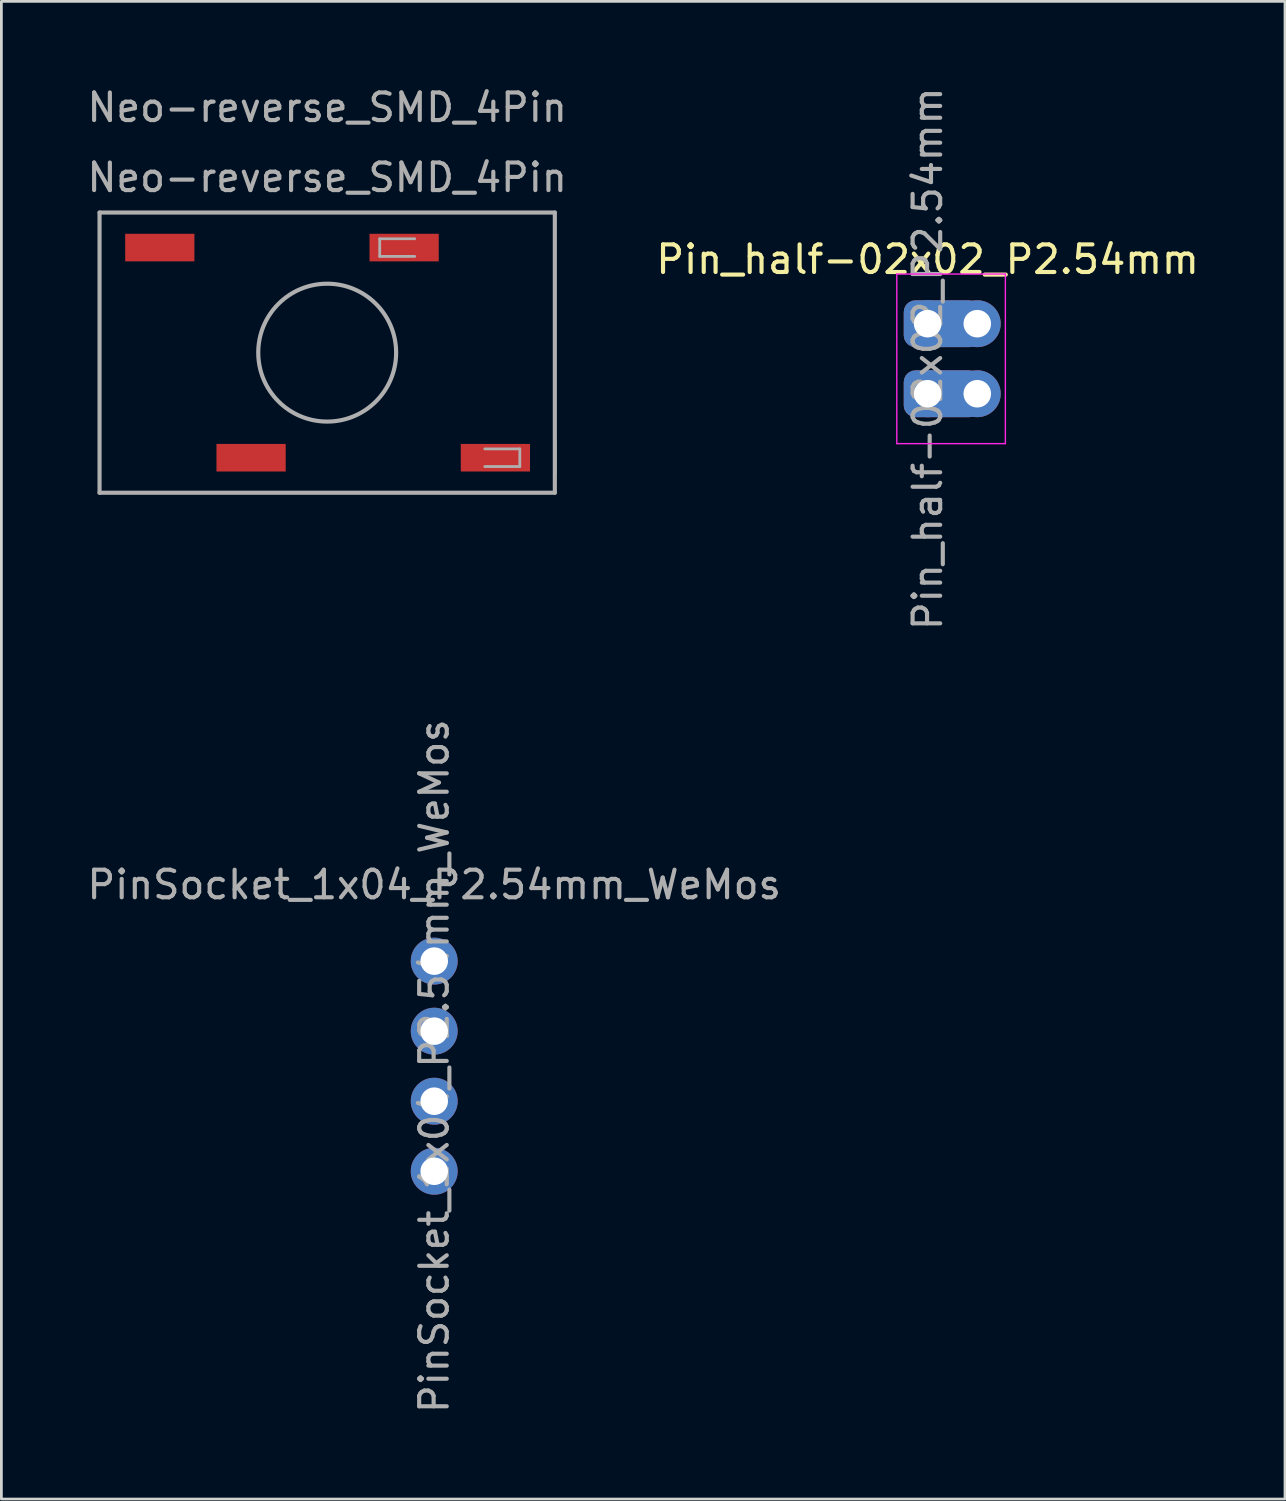
<source format=kicad_pcb>
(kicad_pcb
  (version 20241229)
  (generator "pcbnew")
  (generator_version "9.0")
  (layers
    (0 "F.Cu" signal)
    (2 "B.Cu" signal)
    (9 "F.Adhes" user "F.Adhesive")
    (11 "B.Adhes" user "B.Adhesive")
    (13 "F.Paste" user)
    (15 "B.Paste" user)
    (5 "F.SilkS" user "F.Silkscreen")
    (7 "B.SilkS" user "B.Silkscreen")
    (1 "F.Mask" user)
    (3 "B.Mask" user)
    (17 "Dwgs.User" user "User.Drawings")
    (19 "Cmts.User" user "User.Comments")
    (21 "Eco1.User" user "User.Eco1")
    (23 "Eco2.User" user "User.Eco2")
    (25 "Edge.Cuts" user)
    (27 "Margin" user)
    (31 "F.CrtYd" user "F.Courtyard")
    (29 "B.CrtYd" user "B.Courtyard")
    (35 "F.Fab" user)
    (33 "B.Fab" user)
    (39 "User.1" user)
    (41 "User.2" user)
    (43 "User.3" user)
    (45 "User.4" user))
  (footprint "PinSocket_1x04_P2.54mm_WeMos"
    (layer "F.Cu")
    (at 12.696 31.803)
    (property "Reference" "PinSocket_1x04_P2.54mm_WeMos" (at 0 -2.77 0) (layer "F.Fab") (effects (font (size 1 1) (thickness 0.15))))
    (attr through_hole)
    (fp_text user "${REFERENCE}" (at 0 3.81 90) (layer "F.Fab") (effects (font (size 1 1) (thickness 0.15))))
    (pad "1" thru_hole circle (at 0 0) (size 1.7 1.7) (drill 1) (layers "*.Cu" "*.Mask"))
    (pad "2" thru_hole oval (at 0 2.54) (size 1.7 1.7) (drill 1) (layers "*.Cu" "*.Mask"))
    (pad "3" thru_hole oval (at 0 5.08) (size 1.7 1.7) (drill 1) (layers "*.Cu" "*.Mask"))
    (pad "4" thru_hole oval (at 0 7.62) (size 1.7 1.7) (drill 1) (layers "*.Cu" "*.Mask")))
  (footprint "Pin_half-02x02_P2.54mm"
    (layer "F.Cu")
    (at 30.589 8.688)
    (property "Reference" "Pin_half-02x02_P2.54mm" (at 0 -2.33 0) (layer "F.SilkS") (effects (font (size 1 1) (thickness 0.15))))
    (attr through_hole)
    (fp_line (start -1.118 -1.8) (end -1.118 4.35) (stroke (width 0.05) (type solid)) (layer "F.CrtYd"))
    (fp_line (start -1.118 4.35) (end 2.819 4.35) (stroke (width 0.05) (type solid)) (layer "F.CrtYd"))
    (fp_line (start 2.819 -1.8) (end -1.118 -1.8) (stroke (width 0.05) (type solid)) (layer "F.CrtYd"))
    (fp_line (start 2.819 4.35) (end 2.819 -1.8) (stroke (width 0.05) (type solid)) (layer "F.CrtYd"))
    (fp_text user "${REFERENCE}" (at 0 1.27 90) (layer "F.Fab") (effects (font (size 1 1) (thickness 0.15))))
    (pad "1" thru_hole oval (at 0 0) (size 1.7 1.7) (drill 1) (layers "*.Cu" "*.Mask"))
    (pad "1" smd roundrect (at 0.533 0) (size 2.8 1.7) (layers "F.Cu" "F.Mask") (roundrect_rratio 0.25))
    (pad "1" smd roundrect (at 0.533 0) (size 2.8 1.7) (layers "B.Cu" "B.Mask") (roundrect_rratio 0.25))
    (pad "1" thru_hole oval (at 1.8 0) (size 1.7 1.7) (drill 1) (layers "*.Cu" "*.Mask"))
    (pad "2" thru_hole oval (at 0 2.54) (size 1.7 1.7) (drill 1) (layers "*.Cu" "*.Mask"))
    (pad "2" smd roundrect (at 0.533 2.54) (size 2.8 1.7) (layers "F.Cu" "F.Mask") (roundrect_rratio 0.25))
    (pad "2" smd roundrect (at 0.533 2.54) (size 2.8 1.7) (layers "B.Cu" "B.Mask") (roundrect_rratio 0.25))
    (pad "2" thru_hole oval (at 1.8 2.54) (size 1.7 1.7) (drill 1) (layers "*.Cu" "*.Mask")))
  (footprint "Neo-reverse_SMD_4Pin"
    (layer "F.Cu")
    (at 8.815 9.738)
    (property "Reference" "Neo-reverse_SMD_4Pin" (at 0 -8.89 0) (layer "F.Fab") (effects (font (size 1 1) (thickness 0.15))))
    (attr smd)
    (fp_line (start 8.255 3.175) (end 8.255 4.38) (stroke (width 0.12) (type solid)) (layer "F.SilkS"))
    (fp_line (start -8.255 -5.08) (end -8.255 5.08) (stroke (width 0.15) (type solid)) (layer "F.Fab"))
    (fp_line (start -8.255 5.08) (end 8.255 5.08) (stroke (width 0.15) (type solid)) (layer "F.Fab"))
    (fp_line (start 1.905 -4.13) (end 1.905 -3.49) (stroke (width 0.1) (type solid)) (layer "F.Fab"))
    (fp_line (start 1.905 -3.49) (end 3.175 -3.49) (stroke (width 0.1) (type solid)) (layer "F.Fab"))
    (fp_line (start 3.175 -4.13) (end 1.905 -4.13) (stroke (width 0.1) (type solid)) (layer "F.Fab"))
    (fp_line (start 5.715 3.49) (end 6.985 3.49) (stroke (width 0.1) (type solid)) (layer "F.Fab"))
    (fp_line (start 6.985 3.49) (end 6.985 4.13) (stroke (width 0.1) (type solid)) (layer "F.Fab"))
    (fp_line (start 6.985 4.13) (end 5.715 4.13) (stroke (width 0.1) (type solid)) (layer "F.Fab"))
    (fp_line (start 8.255 -5.08) (end -8.255 -5.08) (stroke (width 0.15) (type solid)) (layer "F.Fab"))
    (fp_line (start 8.255 5.08) (end 8.255 -5.08) (stroke (width 0.15) (type solid)) (layer "F.Fab"))
    (fp_circle (center 0 0) (end 2.5 0) (stroke (width 0.15) (type solid)) (fill no) (layer "F.Fab"))
    (fp_text user "${REFERENCE}" (at 0 -6.35 180) (layer "F.Fab") (effects (font (size 1 1) (thickness 0.15))))
    (pad "1" smd rect (at -6.07 -3.81) (size 2.51 1) (layers "F.Cu" "F.Mask" "F.Paste"))
    (pad "2" smd rect (at -2.76 3.81) (size 2.51 1) (layers "F.Cu" "F.Mask" "F.Paste"))
    (pad "3" smd rect (at 6.1 3.81) (size 2.51 1) (layers "F.Cu" "F.Mask" "F.Paste"))
    (pad "4" smd rect (at 2.79 -3.81) (size 2.51 1) (layers "F.Cu" "F.Mask" "F.Paste")))
  (gr_rect
    (start -3 -3)
    (end 43.548 51.31)
    (stroke (width 0.1) (type default))
    (fill no)
    (layer "Edge.Cuts")))
</source>
